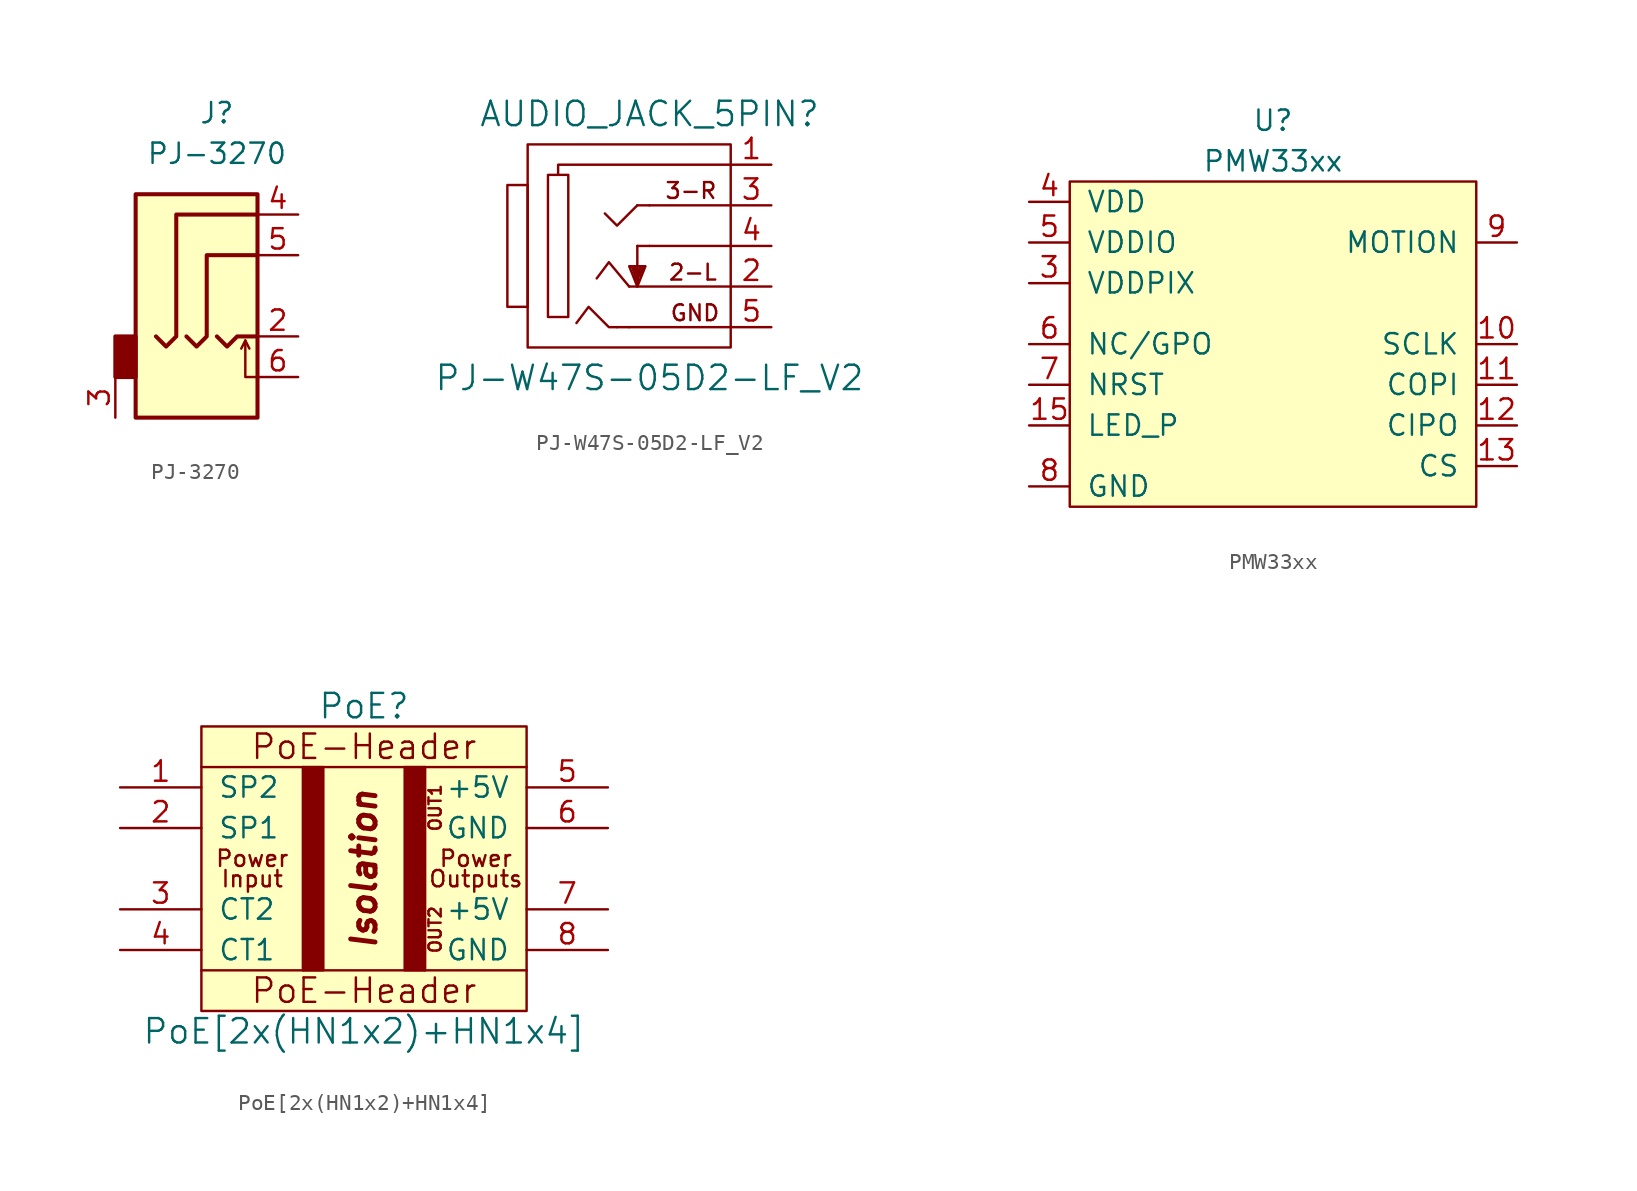
<source format=kicad_sym>
(kicad_symbol_lib
  (version 20211014)
  (generator kicad_symbol_editor)
  (symbol "PJ-3270"
    (property "Reference" "J"
      (at 0 8.89 0)
      (effects (font (size 1.27 1.27))))
    (property "Value" "PJ-3270"
      (at 0 6.35 0)
      (effects (font (size 1.27 1.27))))
    (symbol "PJ-3270_0_1"
      (rectangle (start -5.08 -5.08) (end -6.35 -7.62) (stroke (width 0.254) (type default) (color 0 0 0 0)) (fill (type outline)))
      (polyline (pts (xy 1.778 -5.334) (xy 2.032 -5.842)) (stroke (width 0) (type default) (color 0 0 0 0)) (fill (type none)))
      (polyline (pts (xy 0 -5.08) (xy 0.635 -5.715) (xy 1.27 -5.08) (xy 2.54 -5.08)) (stroke (width 0.254) (type default) (color 0 0 0 0)) (fill (type none)))
      (polyline (pts (xy 2.54 -7.62) (xy 1.778 -7.62) (xy 1.778 -5.334) (xy 1.524 -5.842)) (stroke (width 0) (type default) (color 0 0 0 0)) (fill (type none)))
      (polyline (pts (xy -1.905 -5.08) (xy -1.27 -5.715) (xy -0.635 -5.08) (xy -0.635 0) (xy 2.54 0)) (stroke (width 0.254) (type default) (color 0 0 0 0)) (fill (type none)))
      (polyline (pts (xy 2.54 2.54) (xy -2.54 2.54) (xy -2.54 -5.08) (xy -3.175 -5.715) (xy -3.81 -5.08)) (stroke (width 0.254) (type default) (color 0 0 0 0)) (fill (type none)))
      (rectangle (start 2.54 3.81) (end -5.08 -10.16) (stroke (width 0.254) (type default) (color 0 0 0 0)) (fill (type background))))
    (symbol "PJ-3270_1_1"
      (pin passive line (at 5.08 -5.08 180) (length 2.54) (name "~" (effects (font (size 1.27 1.27)))) (number "2" (effects (font (size 1.27 1.27)))))
      (pin passive line (at -6.35 -10.16 90) (length 2.54) (name "~" (effects (font (size 1.27 1.27)))) (number "3" (effects (font (size 1.27 1.27)))))
      (pin passive line (at 5.08 2.54 180) (length 2.54) (name "~" (effects (font (size 1.27 1.27)))) (number "4" (effects (font (size 1.27 1.27)))))
      (pin passive line (at 5.08 0 180) (length 2.54) (name "~" (effects (font (size 1.27 1.27)))) (number "5" (effects (font (size 1.27 1.27)))))
      (pin passive line (at 5.08 -7.62 180) (length 2.54) (name "~" (effects (font (size 1.27 1.27)))) (number "6" (effects (font (size 1.27 1.27)))))))
  (symbol "PJ-W47S-05D2-LF_V2"
    (pin_names
      (offset 1.016))
    (property "Reference" "AUDIO_JACK_5PIN"
      (at 0 8.255 0)
      (effects (font (size 1.524 1.524))))
    (property "Value" "PJ-W47S-05D2-LF_V2"
      (at 0 -8.255 0)
      (effects (font (size 1.524 1.524))))
    (property "Footprint" ""
      (at 0 0 0)
      (effects (font (size 1.524 1.524))))
    (property "Datasheet" ""
      (at 0 0 0)
      (effects (font (size 1.524 1.524))))
    (symbol "PJ-W47S-05D2-LF_V2_0_0"
      (text "2-L" (at 2.718 -1.651 0) (effects (font (size 0.991 0.991))))
      (text "3-R" (at 2.591 3.454 0) (effects (font (size 0.991 0.991))))
      (text "GND" (at 2.845 -4.191 0) (effects (font (size 0.991 0.991)))))
    (symbol "PJ-W47S-05D2-LF_V2_0_1"
      (rectangle (start -8.89 -3.81) (end -7.62 3.81) (stroke (width 0) (type default) (color 0 0 0 0)) (fill (type none)))
      (rectangle (start -6.35 -4.445) (end -5.08 4.445) (stroke (width 0) (type default) (color 0 0 0 0)) (fill (type none)))
      (polyline (pts (xy -1.27 -5.08) (xy -2.032 -5.08)) (stroke (width 0) (type default) (color 0 0 0 0)) (fill (type none)))
      (polyline (pts (xy -1.092 -1.321) (xy -0.813 -2.108)) (stroke (width 0) (type default) (color 0 0 0 0)) (fill (type none)))
      (polyline (pts (xy -0.965 -1.372) (xy -0.787 -1.778)) (stroke (width 0) (type default) (color 0 0 0 0)) (fill (type none)))
      (polyline (pts (xy -0.838 -1.676) (xy -0.864 -1.372)) (stroke (width 0) (type default) (color 0 0 0 0)) (fill (type none)))
      (polyline (pts (xy -0.762 0) (xy -0.762 -2.54)) (stroke (width 0) (type default) (color 0 0 0 0)) (fill (type none)))
      (polyline (pts (xy -0.635 -1.397) (xy -0.711 -2.184)) (stroke (width 0) (type default) (color 0 0 0 0)) (fill (type none)))
      (polyline (pts (xy -0.483 -1.321) (xy -0.61 -1.88)) (stroke (width 0) (type default) (color 0 0 0 0)) (fill (type none)))
      (polyline (pts (xy -0.457 -1.346) (xy -0.584 -1.346)) (stroke (width 0) (type default) (color 0 0 0 0)) (fill (type none)))
      (polyline (pts (xy -0.356 -1.372) (xy -0.533 -1.626)) (stroke (width 0) (type default) (color 0 0 0 0)) (fill (type none)))
      (polyline (pts (xy 0 0) (xy -0.762 0)) (stroke (width 0) (type default) (color 0 0 0 0)) (fill (type none)))
      (polyline (pts (xy 0 2.54) (xy -0.762 2.54)) (stroke (width 0) (type default) (color 0 0 0 0)) (fill (type none)))
      (polyline (pts (xy 5.08 -5.08) (xy -1.27 -5.08)) (stroke (width 0) (type default) (color 0 0 0 0)) (fill (type none)))
      (polyline (pts (xy 5.08 -2.54) (xy -1.27 -2.54)) (stroke (width 0) (type default) (color 0 0 0 0)) (fill (type none)))
      (polyline (pts (xy 5.08 0) (xy 0 0)) (stroke (width 0) (type default) (color 0 0 0 0)) (fill (type none)))
      (polyline (pts (xy 5.08 2.54) (xy 0 2.54)) (stroke (width 0) (type default) (color 0 0 0 0)) (fill (type none)))
      (polyline (pts (xy -1.27 -2.54) (xy -2.54 -1.016) (xy -3.302 -2.032)) (stroke (width 0) (type default) (color 0 0 0 0)) (fill (type none)))
      (polyline (pts (xy -0.762 2.54) (xy -2.032 1.27) (xy -2.794 2.032)) (stroke (width 0) (type default) (color 0 0 0 0)) (fill (type none)))
      (polyline (pts (xy 5.08 5.08) (xy -5.715 5.08) (xy -5.715 4.445)) (stroke (width 0) (type default) (color 0 0 0 0)) (fill (type none)))
      (polyline (pts (xy -2.032 -5.08) (xy -2.54 -5.08) (xy -3.81 -3.81) (xy -4.572 -4.826)) (stroke (width 0) (type default) (color 0 0 0 0)) (fill (type none)))
      (polyline (pts (xy -0.762 -2.54) (xy -1.27 -1.27) (xy -0.254 -1.27) (xy -0.762 -2.54)) (stroke (width 0) (type default) (color 0 0 0 0)) (fill (type none)))
      (rectangle (start 5.08 6.35) (end -7.62 -6.35) (stroke (width 0) (type default) (color 0 0 0 0)) (fill (type none))))
    (symbol "PJ-W47S-05D2-LF_V2_1_1"
      (pin bidirectional line (at 7.62 5.08 180) (length 2.489) (name "~" (effects (font (size 1.27 1.27)))) (number "1" (effects (font (size 1.27 1.27)))))
      (pin bidirectional line (at 7.62 -2.54 180) (length 2.489) (name "~" (effects (font (size 1.27 1.27)))) (number "2" (effects (font (size 1.27 1.27)))))
      (pin bidirectional line (at 7.62 2.54 180) (length 2.489) (name "~" (effects (font (size 1.27 1.27)))) (number "3" (effects (font (size 1.27 1.27)))))
      (pin bidirectional line (at 7.62 0 180) (length 2.489) (name "~" (effects (font (size 1.27 1.27)))) (number "4" (effects (font (size 1.27 1.27)))))
      (pin power_in line (at 7.62 -5.08 180) (length 2.489) (name "~" (effects (font (size 1.27 1.27)))) (number "5" (effects (font (size 1.27 1.27)))))))
  (symbol "PMW33xx"
    (pin_names
      (offset 1.016))
    (property "Reference" "U"
      (at 0 13.97 0)
      (effects (font (size 1.27 1.27))))
    (property "Value" "PMW33xx"
      (at 0 11.43 0)
      (effects (font (size 1.27 1.27))))
    (symbol "PMW33xx_0_1"
      (rectangle (start -12.7 10.16) (end 12.7 -10.16) (stroke (width 0) (type default) (color 0 0 0 0)) (fill (type background))))
    (symbol "PMW33xx_1_1"
      (pin input line (at -1.27 2.54 0) (length 2.54) hide (name "NC" (effects (font (size 1.27 1.27)))) (number "1" (effects (font (size 1.27 1.27)))))
      (pin input line (at 15.24 0 180) (length 2.54) (name "SCLK" (effects (font (size 1.27 1.27)))) (number "10" (effects (font (size 1.27 1.27)))))
      (pin input line (at 15.24 -2.54 180) (length 2.54) (name "COPI" (effects (font (size 1.27 1.27)))) (number "11" (effects (font (size 1.27 1.27)))))
      (pin input line (at 15.24 -5.08 180) (length 2.54) (name "CIPO" (effects (font (size 1.27 1.27)))) (number "12" (effects (font (size 1.27 1.27)))))
      (pin input line (at 15.24 -7.62 180) (length 2.54) (name "CS" (effects (font (size 1.27 1.27)))) (number "13" (effects (font (size 1.27 1.27)))))
      (pin input line (at -1.27 3.81 0) (length 2.54) hide (name "NC" (effects (font (size 1.27 1.27)))) (number "14" (effects (font (size 1.27 1.27)))))
      (pin input line (at -15.24 -5.08 0) (length 2.54) (name "LED_P" (effects (font (size 1.27 1.27)))) (number "15" (effects (font (size 1.27 1.27)))))
      (pin input line (at -1.27 5.08 0) (length 2.54) hide (name "NC" (effects (font (size 1.27 1.27)))) (number "16" (effects (font (size 1.27 1.27)))))
      (pin input line (at -1.27 1.27 0) (length 2.54) hide (name "NC" (effects (font (size 1.27 1.27)))) (number "2" (effects (font (size 1.27 1.27)))))
      (pin input line (at -15.24 3.81 0) (length 2.54) (name "VDDPIX" (effects (font (size 1.27 1.27)))) (number "3" (effects (font (size 1.27 1.27)))))
      (pin input line (at -15.24 8.89 0) (length 2.54) (name "VDD" (effects (font (size 1.27 1.27)))) (number "4" (effects (font (size 1.27 1.27)))))
      (pin input line (at -15.24 6.35 0) (length 2.54) (name "VDDIO" (effects (font (size 1.27 1.27)))) (number "5" (effects (font (size 1.27 1.27)))))
      (pin input line (at -15.24 0 0) (length 2.54) (name "NC/GPO" (effects (font (size 1.27 1.27)))) (number "6" (effects (font (size 1.27 1.27)))))
      (pin input line (at -15.24 -2.54 0) (length 2.54) (name "NRST" (effects (font (size 1.27 1.27)))) (number "7" (effects (font (size 1.27 1.27)))))
      (pin input line (at -15.24 -8.89 0) (length 2.54) (name "GND" (effects (font (size 1.27 1.27)))) (number "8" (effects (font (size 1.27 1.27)))))
      (pin input line (at 15.24 6.35 180) (length 2.54) (name "MOTION" (effects (font (size 1.27 1.27)))) (number "9" (effects (font (size 1.27 1.27)))))))
  (symbol "PoE[2x(HN1x2)+HN1x4]"
    (pin_names
      (offset 1.016))
    (property "Reference" "PoE"
      (at 0 10.16 0)
      (effects (font (size 1.524 1.524))))
    (property "Value" "PoE[2x(HN1x2)+HN1x4]"
      (at 0 -10.16 0)
      (effects (font (size 1.524 1.524))))
    (symbol "PoE[2x(HN1x2)+HN1x4]_0_0"
      (polyline (pts (xy -10.16 -6.35) (xy 10.16 -6.35)) (stroke (width 0) (type default) (color 0 0 0 0)) (fill (type none)))
      (polyline (pts (xy -10.16 6.35) (xy 10.16 6.35)) (stroke (width 0) (type default) (color 0 0 0 0)) (fill (type none)))
      (polyline (pts (xy -3.81 6.35) (xy -3.81 -6.35)) (stroke (width 0) (type default) (color 0 0 0 0)) (fill (type outline)))
      (polyline (pts (xy 3.81 6.35) (xy 3.81 -6.35)) (stroke (width 0) (type default) (color 0 0 0 0)) (fill (type none)))
      (text "Input" (at -6.985 -0.635 0) (effects (font (size 1.016 1.016))))
      (text "Isolation" (at 0 0 900) (effects (font (size 1.524 1.524) bold italic)))
      (text "OUT1" (at 4.445 3.81 900) (effects (font (size 0.762 0.762))))
      (text "OUT2" (at 4.445 -3.81 900) (effects (font (size 0.762 0.762))))
      (text "Outputs" (at 6.985 -0.635 0) (effects (font (size 1.016 1.016))))
      (text "PoE-Header" (at 0 -7.62 0) (effects (font (size 1.524 1.524))))
      (text "PoE-Header" (at 0 7.62 0) (effects (font (size 1.524 1.524))))
      (text "Power" (at -6.985 0.635 0) (effects (font (size 1.016 1.016))))
      (text "Power" (at 6.985 0.635 0) (effects (font (size 1.016 1.016)))))
    (symbol "PoE[2x(HN1x2)+HN1x4]_0_1"
      (rectangle (start -10.16 8.89) (end 10.16 -8.89) (stroke (width 0) (type default) (color 0 0 0 0)) (fill (type background)))
      (rectangle (start -3.81 6.35) (end -2.54 -6.35) (stroke (width 0) (type default) (color 0 0 0 0)) (fill (type outline)))
      (rectangle (start 3.81 6.35) (end 2.54 -6.35) (stroke (width 0) (type default) (color 0 0 0 0)) (fill (type outline))))
    (symbol "PoE[2x(HN1x2)+HN1x4]_1_1"
      (pin input line (at -15.24 5.08 0) (length 5.08) (name "SP2" (effects (font (size 1.27 1.27)))) (number "1" (effects (font (size 1.27 1.27)))))
      (pin input line (at -15.24 2.54 0) (length 5.08) (name "SP1" (effects (font (size 1.27 1.27)))) (number "2" (effects (font (size 1.27 1.27)))))
      (pin input line (at -15.24 -2.54 0) (length 5.08) (name "CT2" (effects (font (size 1.27 1.27)))) (number "3" (effects (font (size 1.27 1.27)))))
      (pin input line (at -15.24 -5.08 0) (length 5.08) (name "CT1" (effects (font (size 1.27 1.27)))) (number "4" (effects (font (size 1.27 1.27)))))
      (pin power_out line (at 15.24 5.08 180) (length 5.08) (name "+5V" (effects (font (size 1.27 1.27)))) (number "5" (effects (font (size 1.27 1.27)))))
      (pin power_out line (at 15.24 2.54 180) (length 5.08) (name "GND" (effects (font (size 1.27 1.27)))) (number "6" (effects (font (size 1.27 1.27)))))
      (pin power_out line (at 15.24 -2.54 180) (length 5.08) (name "+5V" (effects (font (size 1.27 1.27)))) (number "7" (effects (font (size 1.27 1.27)))))
      (pin power_out line (at 15.24 -5.08 180) (length 5.08) (name "GND" (effects (font (size 1.27 1.27)))) (number "8" (effects (font (size 1.27 1.27))))))))
</source>
